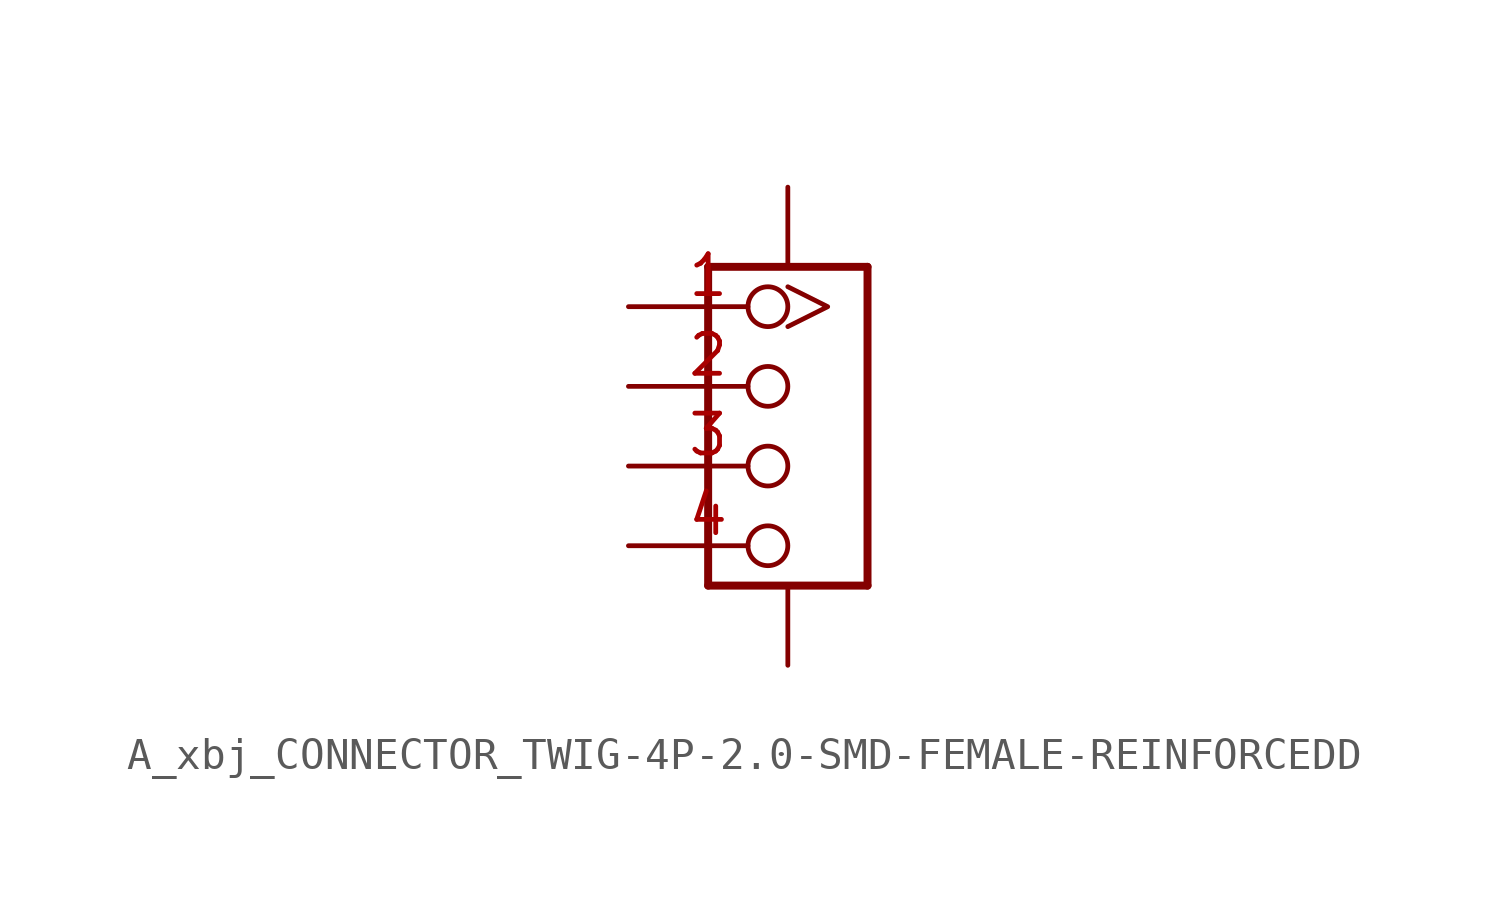
<source format=kicad_sym>
(kicad_symbol_lib
  (version 20231120)
  (generator "kicad_symbol_editor")
  (generator_version "8.0")
  (symbol "A_xbj_CONNECTOR_TWIG-4P-2.0-SMD-FEMALE-REINFORCEDD"
    (property "Reference" "J"
      (at -2.54 5.08 0)
      (effects (font (size 1.27 1.079)) (justify left bottom) (hide yes)))
    (property "ki_locked" ""
      (at 0 0 0)
      (effects (font (size 1.27 1.27))))
    (symbol "A_xbj_CONNECTOR_TWIG-4P-2.0-SMD-FEMALE-REINFORCEDD_1_0"
      (polyline (pts (xy -2.54 -5.08) (xy -2.54 5.08)) (stroke (width 0.254) (type solid)) (fill (type none)))
      (polyline (pts (xy -2.54 5.08) (xy 2.54 5.08)) (stroke (width 0.254) (type solid)) (fill (type none)))
      (polyline (pts (xy 2.54 -5.08) (xy -2.54 -5.08)) (stroke (width 0.254) (type solid)) (fill (type none)))
      (polyline (pts (xy 2.54 5.08) (xy 2.54 -5.08)) (stroke (width 0.254) (type solid)) (fill (type none)))
      (pin bidirectional inverted_clock (at -5.08 3.81 0) (length 5.08) (name "1" (effects (font (size 0 0)))) (number "1" (effects (font (size 1.27 1.27)))))
      (pin bidirectional inverted (at -5.08 1.27 0) (length 5.08) (name "2" (effects (font (size 0 0)))) (number "2" (effects (font (size 1.27 1.27)))))
      (pin bidirectional inverted (at -5.08 -1.27 0) (length 5.08) (name "3" (effects (font (size 0 0)))) (number "3" (effects (font (size 1.27 1.27)))))
      (pin bidirectional inverted (at -5.08 -3.81 0) (length 5.08) (name "4" (effects (font (size 0 0)))) (number "4" (effects (font (size 1.27 1.27)))))
      (pin bidirectional line (at 0 7.62 270) (length 2.54) (name "SS1" (effects (font (size 0 0)))) (number "SS1" (effects (font (size 0 0)))))
      (pin bidirectional line (at 0 -7.62 90) (length 2.54) (name "SS2" (effects (font (size 0 0)))) (number "SS2" (effects (font (size 0 0))))))))
</source>
